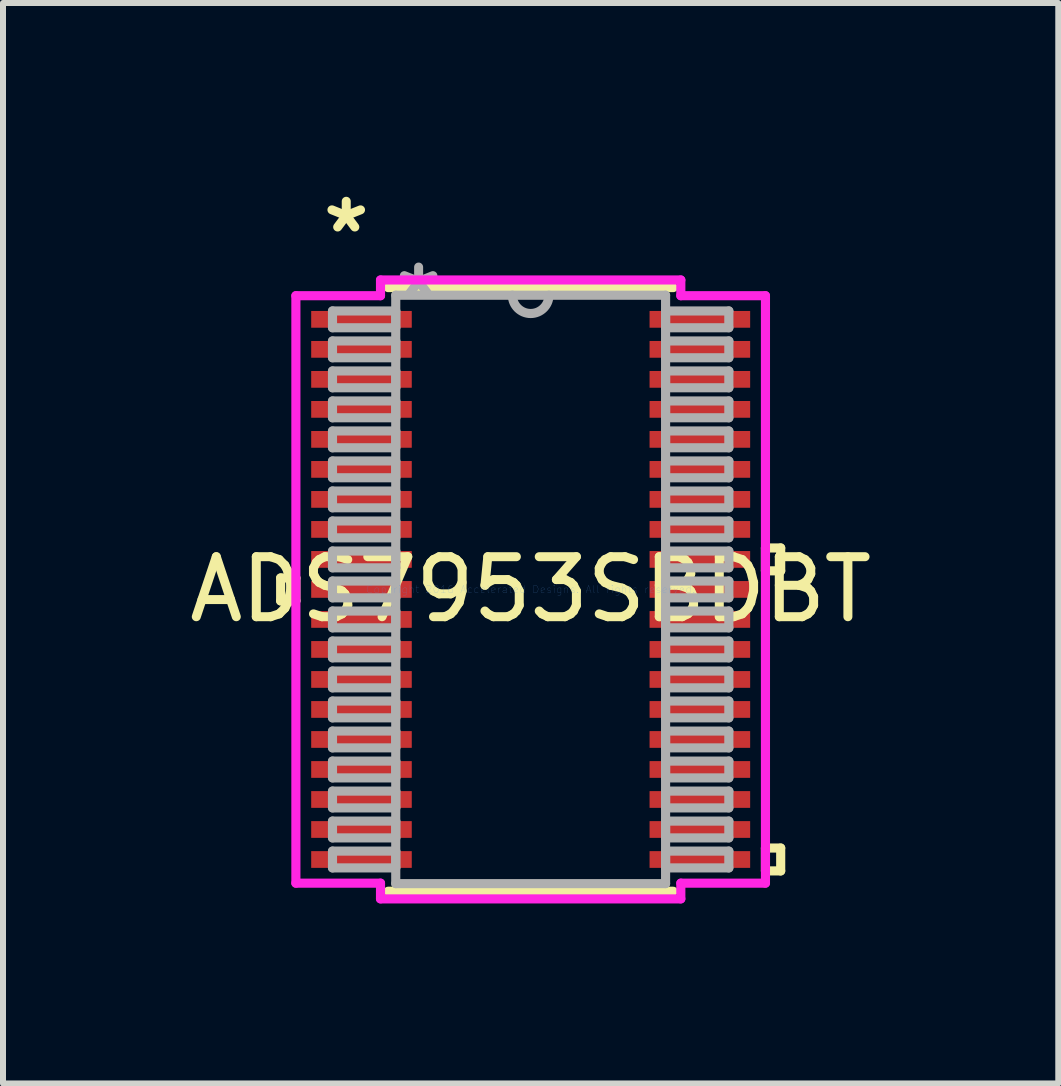
<source format=kicad_pcb>
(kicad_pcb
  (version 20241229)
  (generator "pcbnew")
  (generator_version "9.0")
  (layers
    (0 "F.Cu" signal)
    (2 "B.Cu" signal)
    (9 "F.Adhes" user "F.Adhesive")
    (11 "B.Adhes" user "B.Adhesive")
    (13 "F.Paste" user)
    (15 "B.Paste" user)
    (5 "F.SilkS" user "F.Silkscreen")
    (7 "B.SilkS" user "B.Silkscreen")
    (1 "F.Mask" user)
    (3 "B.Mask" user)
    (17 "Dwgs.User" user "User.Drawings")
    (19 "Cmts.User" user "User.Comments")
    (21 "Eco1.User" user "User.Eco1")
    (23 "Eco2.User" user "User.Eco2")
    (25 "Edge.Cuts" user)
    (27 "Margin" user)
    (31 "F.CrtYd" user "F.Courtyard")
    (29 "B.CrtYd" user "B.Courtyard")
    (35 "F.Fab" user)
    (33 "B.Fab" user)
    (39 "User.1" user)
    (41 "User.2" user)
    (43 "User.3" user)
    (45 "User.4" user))
  (footprint "ADS7953SBDBT"
    (layer "F.Cu")
    (at 5.792 6.771)
    (property "Reference" "ADS7953SBDBT" (at 0 0 0) (layer "F.SilkS") (effects (font (size 1 1) (thickness 0.15))))
    (attr through_hole)
    (fp_line (start -4.166 -0.191) (end -4.166 0.191) (stroke (width 0.152) (type solid)) (layer "F.SilkS"))
    (fp_line (start -4.166 0.191) (end -3.912 0.191) (stroke (width 0.152) (type solid)) (layer "F.SilkS"))
    (fp_line (start -3.912 -0.191) (end -4.166 -0.191) (stroke (width 0.152) (type solid)) (layer "F.SilkS"))
    (fp_line (start -3.912 0.191) (end -3.912 -0.191) (stroke (width 0.152) (type solid)) (layer "F.SilkS"))
    (fp_line (start -2.375 5.029) (end 2.375 5.029) (stroke (width 0.152) (type solid)) (layer "F.SilkS"))
    (fp_line (start 2.375 -5.029) (end -2.375 -5.029) (stroke (width 0.152) (type solid)) (layer "F.SilkS"))
    (fp_line (start 3.912 -0.691) (end 4.166 -0.691) (stroke (width 0.152) (type solid)) (layer "F.SilkS"))
    (fp_line (start 3.912 -0.31) (end 3.912 -0.691) (stroke (width 0.152) (type solid)) (layer "F.SilkS"))
    (fp_line (start 3.912 4.309) (end 4.166 4.309) (stroke (width 0.152) (type solid)) (layer "F.SilkS"))
    (fp_line (start 3.912 4.69) (end 3.912 4.309) (stroke (width 0.152) (type solid)) (layer "F.SilkS"))
    (fp_line (start 4.166 -0.691) (end 4.166 -0.31) (stroke (width 0.152) (type solid)) (layer "F.SilkS"))
    (fp_line (start 4.166 -0.31) (end 3.912 -0.31) (stroke (width 0.152) (type solid)) (layer "F.SilkS"))
    (fp_line (start 4.166 4.309) (end 4.166 4.69) (stroke (width 0.152) (type solid)) (layer "F.SilkS"))
    (fp_line (start 4.166 4.69) (end 3.912 4.69) (stroke (width 0.152) (type solid)) (layer "F.SilkS"))
    (fp_line (start -3.912 -4.894) (end -2.502 -4.894) (stroke (width 0.152) (type solid)) (layer "F.CrtYd"))
    (fp_line (start -3.912 4.894) (end -3.912 -4.894) (stroke (width 0.152) (type solid)) (layer "F.CrtYd"))
    (fp_line (start -2.502 -5.156) (end 2.502 -5.156) (stroke (width 0.152) (type solid)) (layer "F.CrtYd"))
    (fp_line (start -2.502 -4.894) (end -2.502 -5.156) (stroke (width 0.152) (type solid)) (layer "F.CrtYd"))
    (fp_line (start -2.502 4.894) (end -3.912 4.894) (stroke (width 0.152) (type solid)) (layer "F.CrtYd"))
    (fp_line (start -2.502 5.156) (end -2.502 4.894) (stroke (width 0.152) (type solid)) (layer "F.CrtYd"))
    (fp_line (start 2.502 -5.156) (end 2.502 -4.894) (stroke (width 0.152) (type solid)) (layer "F.CrtYd"))
    (fp_line (start 2.502 -4.894) (end 3.912 -4.894) (stroke (width 0.152) (type solid)) (layer "F.CrtYd"))
    (fp_line (start 2.502 4.894) (end 2.502 5.156) (stroke (width 0.152) (type solid)) (layer "F.CrtYd"))
    (fp_line (start 2.502 5.156) (end -2.502 5.156) (stroke (width 0.152) (type solid)) (layer "F.CrtYd"))
    (fp_line (start 3.912 -4.894) (end 3.912 4.894) (stroke (width 0.152) (type solid)) (layer "F.CrtYd"))
    (fp_line (start 3.912 4.894) (end 2.502 4.894) (stroke (width 0.152) (type solid)) (layer "F.CrtYd"))
    (fp_line (start -3.302 -4.64) (end -3.302 -4.36) (stroke (width 0.152) (type solid)) (layer "F.Fab"))
    (fp_line (start -3.302 -4.36) (end -2.248 -4.36) (stroke (width 0.152) (type solid)) (layer "F.Fab"))
    (fp_line (start -3.302 -4.14) (end -3.302 -3.86) (stroke (width 0.152) (type solid)) (layer "F.Fab"))
    (fp_line (start -3.302 -3.86) (end -2.248 -3.86) (stroke (width 0.152) (type solid)) (layer "F.Fab"))
    (fp_line (start -3.302 -3.64) (end -3.302 -3.36) (stroke (width 0.152) (type solid)) (layer "F.Fab"))
    (fp_line (start -3.302 -3.36) (end -2.248 -3.36) (stroke (width 0.152) (type solid)) (layer "F.Fab"))
    (fp_line (start -3.302 -3.14) (end -3.302 -2.86) (stroke (width 0.152) (type solid)) (layer "F.Fab"))
    (fp_line (start -3.302 -2.86) (end -2.248 -2.86) (stroke (width 0.152) (type solid)) (layer "F.Fab"))
    (fp_line (start -3.302 -2.64) (end -3.302 -2.36) (stroke (width 0.152) (type solid)) (layer "F.Fab"))
    (fp_line (start -3.302 -2.36) (end -2.248 -2.36) (stroke (width 0.152) (type solid)) (layer "F.Fab"))
    (fp_line (start -3.302 -2.14) (end -3.302 -1.86) (stroke (width 0.152) (type solid)) (layer "F.Fab"))
    (fp_line (start -3.302 -1.86) (end -2.248 -1.86) (stroke (width 0.152) (type solid)) (layer "F.Fab"))
    (fp_line (start -3.302 -1.64) (end -3.302 -1.36) (stroke (width 0.152) (type solid)) (layer "F.Fab"))
    (fp_line (start -3.302 -1.36) (end -2.248 -1.36) (stroke (width 0.152) (type solid)) (layer "F.Fab"))
    (fp_line (start -3.302 -1.14) (end -3.302 -0.86) (stroke (width 0.152) (type solid)) (layer "F.Fab"))
    (fp_line (start -3.302 -0.86) (end -2.248 -0.86) (stroke (width 0.152) (type solid)) (layer "F.Fab"))
    (fp_line (start -3.302 -0.64) (end -3.302 -0.36) (stroke (width 0.152) (type solid)) (layer "F.Fab"))
    (fp_line (start -3.302 -0.36) (end -2.248 -0.36) (stroke (width 0.152) (type solid)) (layer "F.Fab"))
    (fp_line (start -3.302 -0.14) (end -3.302 0.14) (stroke (width 0.152) (type solid)) (layer "F.Fab"))
    (fp_line (start -3.302 0.14) (end -2.248 0.14) (stroke (width 0.152) (type solid)) (layer "F.Fab"))
    (fp_line (start -3.302 0.36) (end -3.302 0.64) (stroke (width 0.152) (type solid)) (layer "F.Fab"))
    (fp_line (start -3.302 0.64) (end -2.248 0.64) (stroke (width 0.152) (type solid)) (layer "F.Fab"))
    (fp_line (start -3.302 0.86) (end -3.302 1.14) (stroke (width 0.152) (type solid)) (layer "F.Fab"))
    (fp_line (start -3.302 1.14) (end -2.248 1.14) (stroke (width 0.152) (type solid)) (layer "F.Fab"))
    (fp_line (start -3.302 1.36) (end -3.302 1.64) (stroke (width 0.152) (type solid)) (layer "F.Fab"))
    (fp_line (start -3.302 1.64) (end -2.248 1.64) (stroke (width 0.152) (type solid)) (layer "F.Fab"))
    (fp_line (start -3.302 1.86) (end -3.302 2.14) (stroke (width 0.152) (type solid)) (layer "F.Fab"))
    (fp_line (start -3.302 2.14) (end -2.248 2.14) (stroke (width 0.152) (type solid)) (layer "F.Fab"))
    (fp_line (start -3.302 2.36) (end -3.302 2.64) (stroke (width 0.152) (type solid)) (layer "F.Fab"))
    (fp_line (start -3.302 2.64) (end -2.248 2.64) (stroke (width 0.152) (type solid)) (layer "F.Fab"))
    (fp_line (start -3.302 2.86) (end -3.302 3.14) (stroke (width 0.152) (type solid)) (layer "F.Fab"))
    (fp_line (start -3.302 3.14) (end -2.248 3.14) (stroke (width 0.152) (type solid)) (layer "F.Fab"))
    (fp_line (start -3.302 3.36) (end -3.302 3.64) (stroke (width 0.152) (type solid)) (layer "F.Fab"))
    (fp_line (start -3.302 3.64) (end -2.248 3.64) (stroke (width 0.152) (type solid)) (layer "F.Fab"))
    (fp_line (start -3.302 3.86) (end -3.302 4.14) (stroke (width 0.152) (type solid)) (layer "F.Fab"))
    (fp_line (start -3.302 4.14) (end -2.248 4.14) (stroke (width 0.152) (type solid)) (layer "F.Fab"))
    (fp_line (start -3.302 4.36) (end -3.302 4.64) (stroke (width 0.152) (type solid)) (layer "F.Fab"))
    (fp_line (start -3.302 4.64) (end -2.248 4.64) (stroke (width 0.152) (type solid)) (layer "F.Fab"))
    (fp_line (start -2.248 -4.902) (end -2.248 4.902) (stroke (width 0.152) (type solid)) (layer "F.Fab"))
    (fp_line (start -2.248 -4.64) (end -3.302 -4.64) (stroke (width 0.152) (type solid)) (layer "F.Fab"))
    (fp_line (start -2.248 -4.36) (end -2.248 -4.64) (stroke (width 0.152) (type solid)) (layer "F.Fab"))
    (fp_line (start -2.248 -4.14) (end -3.302 -4.14) (stroke (width 0.152) (type solid)) (layer "F.Fab"))
    (fp_line (start -2.248 -3.86) (end -2.248 -4.14) (stroke (width 0.152) (type solid)) (layer "F.Fab"))
    (fp_line (start -2.248 -3.64) (end -3.302 -3.64) (stroke (width 0.152) (type solid)) (layer "F.Fab"))
    (fp_line (start -2.248 -3.36) (end -2.248 -3.64) (stroke (width 0.152) (type solid)) (layer "F.Fab"))
    (fp_line (start -2.248 -3.14) (end -3.302 -3.14) (stroke (width 0.152) (type solid)) (layer "F.Fab"))
    (fp_line (start -2.248 -2.86) (end -2.248 -3.14) (stroke (width 0.152) (type solid)) (layer "F.Fab"))
    (fp_line (start -2.248 -2.64) (end -3.302 -2.64) (stroke (width 0.152) (type solid)) (layer "F.Fab"))
    (fp_line (start -2.248 -2.36) (end -2.248 -2.64) (stroke (width 0.152) (type solid)) (layer "F.Fab"))
    (fp_line (start -2.248 -2.14) (end -3.302 -2.14) (stroke (width 0.152) (type solid)) (layer "F.Fab"))
    (fp_line (start -2.248 -1.86) (end -2.248 -2.14) (stroke (width 0.152) (type solid)) (layer "F.Fab"))
    (fp_line (start -2.248 -1.64) (end -3.302 -1.64) (stroke (width 0.152) (type solid)) (layer "F.Fab"))
    (fp_line (start -2.248 -1.36) (end -2.248 -1.64) (stroke (width 0.152) (type solid)) (layer "F.Fab"))
    (fp_line (start -2.248 -1.14) (end -3.302 -1.14) (stroke (width 0.152) (type solid)) (layer "F.Fab"))
    (fp_line (start -2.248 -0.86) (end -2.248 -1.14) (stroke (width 0.152) (type solid)) (layer "F.Fab"))
    (fp_line (start -2.248 -0.64) (end -3.302 -0.64) (stroke (width 0.152) (type solid)) (layer "F.Fab"))
    (fp_line (start -2.248 -0.36) (end -2.248 -0.64) (stroke (width 0.152) (type solid)) (layer "F.Fab"))
    (fp_line (start -2.248 -0.14) (end -3.302 -0.14) (stroke (width 0.152) (type solid)) (layer "F.Fab"))
    (fp_line (start -2.248 0.14) (end -2.248 -0.14) (stroke (width 0.152) (type solid)) (layer "F.Fab"))
    (fp_line (start -2.248 0.36) (end -3.302 0.36) (stroke (width 0.152) (type solid)) (layer "F.Fab"))
    (fp_line (start -2.248 0.64) (end -2.248 0.36) (stroke (width 0.152) (type solid)) (layer "F.Fab"))
    (fp_line (start -2.248 0.86) (end -3.302 0.86) (stroke (width 0.152) (type solid)) (layer "F.Fab"))
    (fp_line (start -2.248 1.14) (end -2.248 0.86) (stroke (width 0.152) (type solid)) (layer "F.Fab"))
    (fp_line (start -2.248 1.36) (end -3.302 1.36) (stroke (width 0.152) (type solid)) (layer "F.Fab"))
    (fp_line (start -2.248 1.64) (end -2.248 1.36) (stroke (width 0.152) (type solid)) (layer "F.Fab"))
    (fp_line (start -2.248 1.86) (end -3.302 1.86) (stroke (width 0.152) (type solid)) (layer "F.Fab"))
    (fp_line (start -2.248 2.14) (end -2.248 1.86) (stroke (width 0.152) (type solid)) (layer "F.Fab"))
    (fp_line (start -2.248 2.36) (end -3.302 2.36) (stroke (width 0.152) (type solid)) (layer "F.Fab"))
    (fp_line (start -2.248 2.64) (end -2.248 2.36) (stroke (width 0.152) (type solid)) (layer "F.Fab"))
    (fp_line (start -2.248 2.86) (end -3.302 2.86) (stroke (width 0.152) (type solid)) (layer "F.Fab"))
    (fp_line (start -2.248 3.14) (end -2.248 2.86) (stroke (width 0.152) (type solid)) (layer "F.Fab"))
    (fp_line (start -2.248 3.36) (end -3.302 3.36) (stroke (width 0.152) (type solid)) (layer "F.Fab"))
    (fp_line (start -2.248 3.64) (end -2.248 3.36) (stroke (width 0.152) (type solid)) (layer "F.Fab"))
    (fp_line (start -2.248 3.86) (end -3.302 3.86) (stroke (width 0.152) (type solid)) (layer "F.Fab"))
    (fp_line (start -2.248 4.14) (end -2.248 3.86) (stroke (width 0.152) (type solid)) (layer "F.Fab"))
    (fp_line (start -2.248 4.36) (end -3.302 4.36) (stroke (width 0.152) (type solid)) (layer "F.Fab"))
    (fp_line (start -2.248 4.64) (end -2.248 4.36) (stroke (width 0.152) (type solid)) (layer "F.Fab"))
    (fp_line (start -2.248 4.902) (end 2.248 4.902) (stroke (width 0.152) (type solid)) (layer "F.Fab"))
    (fp_line (start 2.248 -4.902) (end -2.248 -4.902) (stroke (width 0.152) (type solid)) (layer "F.Fab"))
    (fp_line (start 2.248 -4.64) (end 2.248 -4.36) (stroke (width 0.152) (type solid)) (layer "F.Fab"))
    (fp_line (start 2.248 -4.36) (end 3.302 -4.36) (stroke (width 0.152) (type solid)) (layer "F.Fab"))
    (fp_line (start 2.248 -4.14) (end 2.248 -3.86) (stroke (width 0.152) (type solid)) (layer "F.Fab"))
    (fp_line (start 2.248 -3.86) (end 3.302 -3.86) (stroke (width 0.152) (type solid)) (layer "F.Fab"))
    (fp_line (start 2.248 -3.64) (end 2.248 -3.36) (stroke (width 0.152) (type solid)) (layer "F.Fab"))
    (fp_line (start 2.248 -3.36) (end 3.302 -3.36) (stroke (width 0.152) (type solid)) (layer "F.Fab"))
    (fp_line (start 2.248 -3.14) (end 2.248 -2.86) (stroke (width 0.152) (type solid)) (layer "F.Fab"))
    (fp_line (start 2.248 -2.86) (end 3.302 -2.86) (stroke (width 0.152) (type solid)) (layer "F.Fab"))
    (fp_line (start 2.248 -2.64) (end 2.248 -2.36) (stroke (width 0.152) (type solid)) (layer "F.Fab"))
    (fp_line (start 2.248 -2.36) (end 3.302 -2.36) (stroke (width 0.152) (type solid)) (layer "F.Fab"))
    (fp_line (start 2.248 -2.14) (end 2.248 -1.86) (stroke (width 0.152) (type solid)) (layer "F.Fab"))
    (fp_line (start 2.248 -1.86) (end 3.302 -1.86) (stroke (width 0.152) (type solid)) (layer "F.Fab"))
    (fp_line (start 2.248 -1.64) (end 2.248 -1.36) (stroke (width 0.152) (type solid)) (layer "F.Fab"))
    (fp_line (start 2.248 -1.36) (end 3.302 -1.36) (stroke (width 0.152) (type solid)) (layer "F.Fab"))
    (fp_line (start 2.248 -1.14) (end 2.248 -0.86) (stroke (width 0.152) (type solid)) (layer "F.Fab"))
    (fp_line (start 2.248 -0.86) (end 3.302 -0.86) (stroke (width 0.152) (type solid)) (layer "F.Fab"))
    (fp_line (start 2.248 -0.64) (end 2.248 -0.36) (stroke (width 0.152) (type solid)) (layer "F.Fab"))
    (fp_line (start 2.248 -0.36) (end 3.302 -0.36) (stroke (width 0.152) (type solid)) (layer "F.Fab"))
    (fp_line (start 2.248 -0.14) (end 2.248 0.14) (stroke (width 0.152) (type solid)) (layer "F.Fab"))
    (fp_line (start 2.248 0.14) (end 3.302 0.14) (stroke (width 0.152) (type solid)) (layer "F.Fab"))
    (fp_line (start 2.248 0.36) (end 2.248 0.64) (stroke (width 0.152) (type solid)) (layer "F.Fab"))
    (fp_line (start 2.248 0.64) (end 3.302 0.64) (stroke (width 0.152) (type solid)) (layer "F.Fab"))
    (fp_line (start 2.248 0.86) (end 2.248 1.14) (stroke (width 0.152) (type solid)) (layer "F.Fab"))
    (fp_line (start 2.248 1.14) (end 3.302 1.14) (stroke (width 0.152) (type solid)) (layer "F.Fab"))
    (fp_line (start 2.248 1.36) (end 2.248 1.64) (stroke (width 0.152) (type solid)) (layer "F.Fab"))
    (fp_line (start 2.248 1.64) (end 3.302 1.64) (stroke (width 0.152) (type solid)) (layer "F.Fab"))
    (fp_line (start 2.248 1.86) (end 2.248 2.14) (stroke (width 0.152) (type solid)) (layer "F.Fab"))
    (fp_line (start 2.248 2.14) (end 3.302 2.14) (stroke (width 0.152) (type solid)) (layer "F.Fab"))
    (fp_line (start 2.248 2.36) (end 2.248 2.64) (stroke (width 0.152) (type solid)) (layer "F.Fab"))
    (fp_line (start 2.248 2.64) (end 3.302 2.64) (stroke (width 0.152) (type solid)) (layer "F.Fab"))
    (fp_line (start 2.248 2.86) (end 2.248 3.14) (stroke (width 0.152) (type solid)) (layer "F.Fab"))
    (fp_line (start 2.248 3.14) (end 3.302 3.14) (stroke (width 0.152) (type solid)) (layer "F.Fab"))
    (fp_line (start 2.248 3.36) (end 2.248 3.64) (stroke (width 0.152) (type solid)) (layer "F.Fab"))
    (fp_line (start 2.248 3.64) (end 3.302 3.64) (stroke (width 0.152) (type solid)) (layer "F.Fab"))
    (fp_line (start 2.248 3.86) (end 2.248 4.14) (stroke (width 0.152) (type solid)) (layer "F.Fab"))
    (fp_line (start 2.248 4.14) (end 3.302 4.14) (stroke (width 0.152) (type solid)) (layer "F.Fab"))
    (fp_line (start 2.248 4.36) (end 2.248 4.64) (stroke (width 0.152) (type solid)) (layer "F.Fab"))
    (fp_line (start 2.248 4.64) (end 3.302 4.64) (stroke (width 0.152) (type solid)) (layer "F.Fab"))
    (fp_line (start 2.248 4.902) (end 2.248 -4.902) (stroke (width 0.152) (type solid)) (layer "F.Fab"))
    (fp_line (start 3.302 -4.64) (end 2.248 -4.64) (stroke (width 0.152) (type solid)) (layer "F.Fab"))
    (fp_line (start 3.302 -4.36) (end 3.302 -4.64) (stroke (width 0.152) (type solid)) (layer "F.Fab"))
    (fp_line (start 3.302 -4.14) (end 2.248 -4.14) (stroke (width 0.152) (type solid)) (layer "F.Fab"))
    (fp_line (start 3.302 -3.86) (end 3.302 -4.14) (stroke (width 0.152) (type solid)) (layer "F.Fab"))
    (fp_line (start 3.302 -3.64) (end 2.248 -3.64) (stroke (width 0.152) (type solid)) (layer "F.Fab"))
    (fp_line (start 3.302 -3.36) (end 3.302 -3.64) (stroke (width 0.152) (type solid)) (layer "F.Fab"))
    (fp_line (start 3.302 -3.14) (end 2.248 -3.14) (stroke (width 0.152) (type solid)) (layer "F.Fab"))
    (fp_line (start 3.302 -2.86) (end 3.302 -3.14) (stroke (width 0.152) (type solid)) (layer "F.Fab"))
    (fp_line (start 3.302 -2.64) (end 2.248 -2.64) (stroke (width 0.152) (type solid)) (layer "F.Fab"))
    (fp_line (start 3.302 -2.36) (end 3.302 -2.64) (stroke (width 0.152) (type solid)) (layer "F.Fab"))
    (fp_line (start 3.302 -2.14) (end 2.248 -2.14) (stroke (width 0.152) (type solid)) (layer "F.Fab"))
    (fp_line (start 3.302 -1.86) (end 3.302 -2.14) (stroke (width 0.152) (type solid)) (layer "F.Fab"))
    (fp_line (start 3.302 -1.64) (end 2.248 -1.64) (stroke (width 0.152) (type solid)) (layer "F.Fab"))
    (fp_line (start 3.302 -1.36) (end 3.302 -1.64) (stroke (width 0.152) (type solid)) (layer "F.Fab"))
    (fp_line (start 3.302 -1.14) (end 2.248 -1.14) (stroke (width 0.152) (type solid)) (layer "F.Fab"))
    (fp_line (start 3.302 -0.86) (end 3.302 -1.14) (stroke (width 0.152) (type solid)) (layer "F.Fab"))
    (fp_line (start 3.302 -0.64) (end 2.248 -0.64) (stroke (width 0.152) (type solid)) (layer "F.Fab"))
    (fp_line (start 3.302 -0.36) (end 3.302 -0.64) (stroke (width 0.152) (type solid)) (layer "F.Fab"))
    (fp_line (start 3.302 -0.14) (end 2.248 -0.14) (stroke (width 0.152) (type solid)) (layer "F.Fab"))
    (fp_line (start 3.302 0.14) (end 3.302 -0.14) (stroke (width 0.152) (type solid)) (layer "F.Fab"))
    (fp_line (start 3.302 0.36) (end 2.248 0.36) (stroke (width 0.152) (type solid)) (layer "F.Fab"))
    (fp_line (start 3.302 0.64) (end 3.302 0.36) (stroke (width 0.152) (type solid)) (layer "F.Fab"))
    (fp_line (start 3.302 0.86) (end 2.248 0.86) (stroke (width 0.152) (type solid)) (layer "F.Fab"))
    (fp_line (start 3.302 1.14) (end 3.302 0.86) (stroke (width 0.152) (type solid)) (layer "F.Fab"))
    (fp_line (start 3.302 1.36) (end 2.248 1.36) (stroke (width 0.152) (type solid)) (layer "F.Fab"))
    (fp_line (start 3.302 1.64) (end 3.302 1.36) (stroke (width 0.152) (type solid)) (layer "F.Fab"))
    (fp_line (start 3.302 1.86) (end 2.248 1.86) (stroke (width 0.152) (type solid)) (layer "F.Fab"))
    (fp_line (start 3.302 2.14) (end 3.302 1.86) (stroke (width 0.152) (type solid)) (layer "F.Fab"))
    (fp_line (start 3.302 2.36) (end 2.248 2.36) (stroke (width 0.152) (type solid)) (layer "F.Fab"))
    (fp_line (start 3.302 2.64) (end 3.302 2.36) (stroke (width 0.152) (type solid)) (layer "F.Fab"))
    (fp_line (start 3.302 2.86) (end 2.248 2.86) (stroke (width 0.152) (type solid)) (layer "F.Fab"))
    (fp_line (start 3.302 3.14) (end 3.302 2.86) (stroke (width 0.152) (type solid)) (layer "F.Fab"))
    (fp_line (start 3.302 3.36) (end 2.248 3.36) (stroke (width 0.152) (type solid)) (layer "F.Fab"))
    (fp_line (start 3.302 3.64) (end 3.302 3.36) (stroke (width 0.152) (type solid)) (layer "F.Fab"))
    (fp_line (start 3.302 3.86) (end 2.248 3.86) (stroke (width 0.152) (type solid)) (layer "F.Fab"))
    (fp_line (start 3.302 4.14) (end 3.302 3.86) (stroke (width 0.152) (type solid)) (layer "F.Fab"))
    (fp_line (start 3.302 4.36) (end 2.248 4.36) (stroke (width 0.152) (type solid)) (layer "F.Fab"))
    (fp_line (start 3.302 4.64) (end 3.302 4.36) (stroke (width 0.152) (type solid)) (layer "F.Fab"))
    (fp_arc (start 0.3048 -4.9022) (mid 0 -4.5974) (end -0.3048 -4.9022) (stroke (width 0.1524) (type solid)) (layer "F.Fab"))
    (fp_text user "*" (at -3.073 -5.922 0) (layer "F.SilkS") (effects (font (size 1 1) (thickness 0.15))))
    (fp_text user "Copyright 2016 Accelerated Designs. All rights reserved." (at 0 0 0) (layer "Cmts.User") (effects (font (size 0.127 0.127) (thickness 0.002))))
    (fp_text user "*" (at -1.867 -4.826 0) (layer "F.Fab") (effects (font (size 1 1) (thickness 0.15))))
    (pad "1" smd rect (at -2.819 -4.5) (size 1.676 0.279) (layers "F.Cu" "F.Mask" "F.Paste"))
    (pad "2" smd rect (at -2.819 -4) (size 1.676 0.279) (layers "F.Cu" "F.Mask" "F.Paste"))
    (pad "3" smd rect (at -2.819 -3.5) (size 1.676 0.279) (layers "F.Cu" "F.Mask" "F.Paste"))
    (pad "4" smd rect (at -2.819 -3) (size 1.676 0.279) (layers "F.Cu" "F.Mask" "F.Paste"))
    (pad "5" smd rect (at -2.819 -2.5) (size 1.676 0.279) (layers "F.Cu" "F.Mask" "F.Paste"))
    (pad "6" smd rect (at -2.819 -2) (size 1.676 0.279) (layers "F.Cu" "F.Mask" "F.Paste"))
    (pad "7" smd rect (at -2.819 -1.5) (size 1.676 0.279) (layers "F.Cu" "F.Mask" "F.Paste"))
    (pad "8" smd rect (at -2.819 -1) (size 1.676 0.279) (layers "F.Cu" "F.Mask" "F.Paste"))
    (pad "9" smd rect (at -2.819 -0.5) (size 1.676 0.279) (layers "F.Cu" "F.Mask" "F.Paste"))
    (pad "10" smd rect (at -2.819 0) (size 1.676 0.279) (layers "F.Cu" "F.Mask" "F.Paste"))
    (pad "11" smd rect (at -2.819 0.5) (size 1.676 0.279) (layers "F.Cu" "F.Mask" "F.Paste"))
    (pad "12" smd rect (at -2.819 1) (size 1.676 0.279) (layers "F.Cu" "F.Mask" "F.Paste"))
    (pad "13" smd rect (at -2.819 1.5) (size 1.676 0.279) (layers "F.Cu" "F.Mask" "F.Paste"))
    (pad "14" smd rect (at -2.819 2) (size 1.676 0.279) (layers "F.Cu" "F.Mask" "F.Paste"))
    (pad "15" smd rect (at -2.819 2.5) (size 1.676 0.279) (layers "F.Cu" "F.Mask" "F.Paste"))
    (pad "16" smd rect (at -2.819 3) (size 1.676 0.279) (layers "F.Cu" "F.Mask" "F.Paste"))
    (pad "17" smd rect (at -2.819 3.5) (size 1.676 0.279) (layers "F.Cu" "F.Mask" "F.Paste"))
    (pad "18" smd rect (at -2.819 4) (size 1.676 0.279) (layers "F.Cu" "F.Mask" "F.Paste"))
    (pad "19" smd rect (at -2.819 4.5) (size 1.676 0.279) (layers "F.Cu" "F.Mask" "F.Paste"))
    (pad "20" smd rect (at 2.819 4.5) (size 1.676 0.279) (layers "F.Cu" "F.Mask" "F.Paste"))
    (pad "21" smd rect (at 2.819 4) (size 1.676 0.279) (layers "F.Cu" "F.Mask" "F.Paste"))
    (pad "22" smd rect (at 2.819 3.5) (size 1.676 0.279) (layers "F.Cu" "F.Mask" "F.Paste"))
    (pad "23" smd rect (at 2.819 3) (size 1.676 0.279) (layers "F.Cu" "F.Mask" "F.Paste"))
    (pad "24" smd rect (at 2.819 2.5) (size 1.676 0.279) (layers "F.Cu" "F.Mask" "F.Paste"))
    (pad "25" smd rect (at 2.819 2) (size 1.676 0.279) (layers "F.Cu" "F.Mask" "F.Paste"))
    (pad "26" smd rect (at 2.819 1.5) (size 1.676 0.279) (layers "F.Cu" "F.Mask" "F.Paste"))
    (pad "27" smd rect (at 2.819 1) (size 1.676 0.279) (layers "F.Cu" "F.Mask" "F.Paste"))
    (pad "28" smd rect (at 2.819 0.5) (size 1.676 0.279) (layers "F.Cu" "F.Mask" "F.Paste"))
    (pad "29" smd rect (at 2.819 0) (size 1.676 0.279) (layers "F.Cu" "F.Mask" "F.Paste"))
    (pad "30" smd rect (at 2.819 -0.5) (size 1.676 0.279) (layers "F.Cu" "F.Mask" "F.Paste"))
    (pad "31" smd rect (at 2.819 -1) (size 1.676 0.279) (layers "F.Cu" "F.Mask" "F.Paste"))
    (pad "32" smd rect (at 2.819 -1.5) (size 1.676 0.279) (layers "F.Cu" "F.Mask" "F.Paste"))
    (pad "33" smd rect (at 2.819 -2) (size 1.676 0.279) (layers "F.Cu" "F.Mask" "F.Paste"))
    (pad "34" smd rect (at 2.819 -2.5) (size 1.676 0.279) (layers "F.Cu" "F.Mask" "F.Paste"))
    (pad "35" smd rect (at 2.819 -3) (size 1.676 0.279) (layers "F.Cu" "F.Mask" "F.Paste"))
    (pad "36" smd rect (at 2.819 -3.5) (size 1.676 0.279) (layers "F.Cu" "F.Mask" "F.Paste"))
    (pad "37" smd rect (at 2.819 -4) (size 1.676 0.279) (layers "F.Cu" "F.Mask" "F.Paste"))
    (pad "38" smd rect (at 2.819 -4.5) (size 1.676 0.279) (layers "F.Cu" "F.Mask" "F.Paste")))
  (gr_rect
    (start -3 -3)
    (end 14.583 15.003)
    (stroke (width 0.1) (type default))
    (fill no)
    (layer "Edge.Cuts")))
</source>
